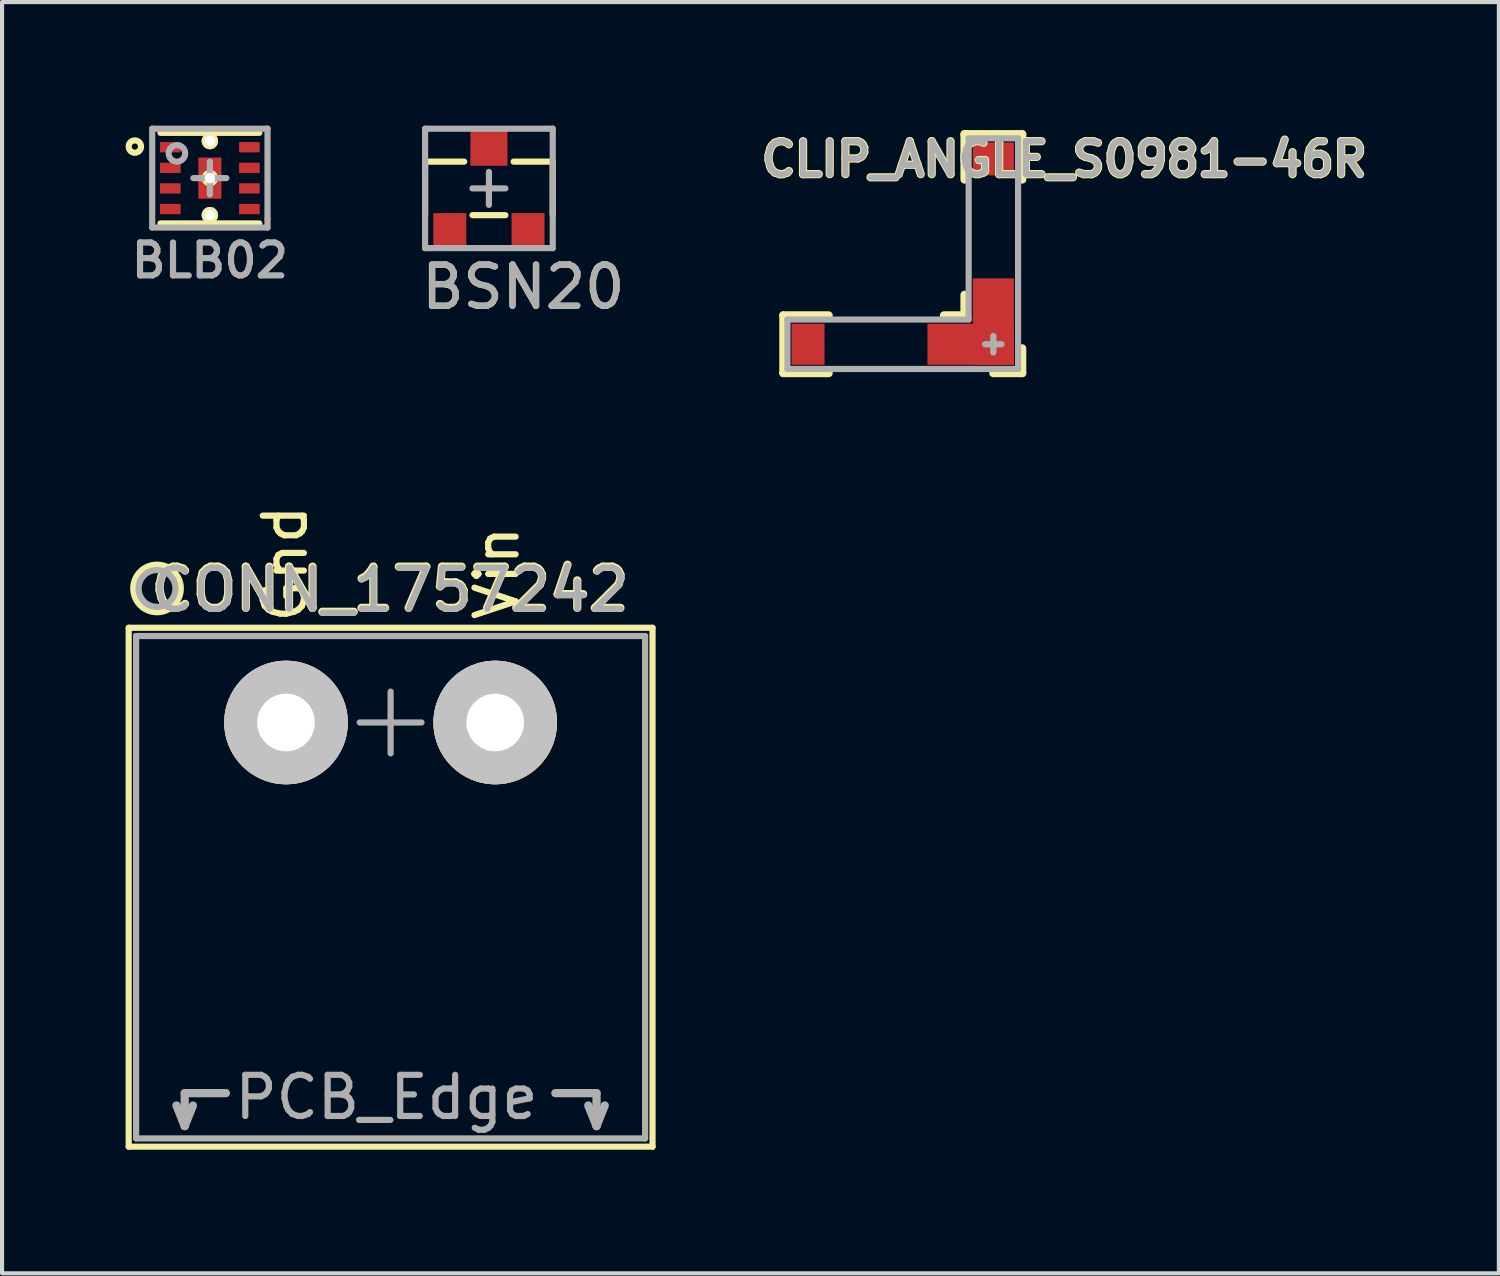
<source format=kicad_pcb>
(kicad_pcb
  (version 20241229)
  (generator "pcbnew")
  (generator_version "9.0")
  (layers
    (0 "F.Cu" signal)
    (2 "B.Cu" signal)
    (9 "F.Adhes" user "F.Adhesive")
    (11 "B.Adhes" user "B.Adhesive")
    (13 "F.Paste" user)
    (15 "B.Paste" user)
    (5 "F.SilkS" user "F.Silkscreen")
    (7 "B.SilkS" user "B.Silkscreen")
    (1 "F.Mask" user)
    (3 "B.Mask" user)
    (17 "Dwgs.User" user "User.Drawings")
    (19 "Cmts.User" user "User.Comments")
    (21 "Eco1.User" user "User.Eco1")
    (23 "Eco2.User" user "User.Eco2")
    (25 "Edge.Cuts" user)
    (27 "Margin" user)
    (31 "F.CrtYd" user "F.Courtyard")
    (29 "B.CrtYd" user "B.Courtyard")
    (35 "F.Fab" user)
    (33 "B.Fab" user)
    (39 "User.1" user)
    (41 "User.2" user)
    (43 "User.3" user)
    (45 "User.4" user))
  (footprint "CONN_1757242"
    (layer "F.Cu")
    (at 6.435 14.494)
    (property "Reference" "CONN_1757242" (at -0.015 -3.236 0) (layer "F.SilkS") (effects (font (size 1 1) (thickness 0.2))))
    (attr through_hole)
    (fp_line (start -6.36 -2.3) (end -6.36 10.3) (stroke (width 0.15) (type solid)) (layer "F.SilkS"))
    (fp_line (start -6.36 -2.3) (end 6.36 -2.3) (stroke (width 0.15) (type solid)) (layer "F.SilkS"))
    (fp_line (start -6.36 10.3) (end 6.36 10.3) (stroke (width 0.15) (type solid)) (layer "F.SilkS"))
    (fp_line (start 6.36 -2.3) (end 6.36 10.3) (stroke (width 0.15) (type solid)) (layer "F.SilkS"))
    (fp_circle (center -5.672 -3.255) (end -5.122 -3.205) (stroke (width 0.2) (type solid)) (fill no) (layer "F.SilkS"))
    (fp_line (start -6.18 -2.1) (end -6.18 10.1) (stroke (width 0.15) (type solid)) (layer "F.Fab"))
    (fp_line (start -6.18 10.1) (end 6.18 10.1) (stroke (width 0.15) (type solid)) (layer "F.Fab"))
    (fp_line (start -5 9) (end -5 9.8) (stroke (width 0.2) (type solid)) (layer "F.Fab"))
    (fp_line (start -5 9.8) (end -5.2 9.3) (stroke (width 0.2) (type solid)) (layer "F.Fab"))
    (fp_line (start -5 9.8) (end -4.8 9.3) (stroke (width 0.2) (type solid)) (layer "F.Fab"))
    (fp_line (start -4 9) (end -5 9) (stroke (width 0.2) (type solid)) (layer "F.Fab"))
    (fp_line (start -0.75 0) (end 0.75 0) (stroke (width 0.15) (type solid)) (layer "F.Fab"))
    (fp_line (start 0 -0.75) (end 0 0.75) (stroke (width 0.15) (type solid)) (layer "F.Fab"))
    (fp_line (start 4 9) (end 5 9) (stroke (width 0.2) (type solid)) (layer "F.Fab"))
    (fp_line (start 5 9) (end 5 9.8) (stroke (width 0.2) (type solid)) (layer "F.Fab"))
    (fp_line (start 5 9.8) (end 4.8 9.3) (stroke (width 0.2) (type solid)) (layer "F.Fab"))
    (fp_line (start 5 9.8) (end 5.2 9.3) (stroke (width 0.2) (type solid)) (layer "F.Fab"))
    (fp_line (start 6.18 -2.1) (end -6.18 -2.1) (stroke (width 0.15) (type solid)) (layer "F.Fab"))
    (fp_line (start 6.18 -2.1) (end 6.18 10.1) (stroke (width 0.15) (type solid)) (layer "F.Fab"))
    (fp_circle (center -5.672 -3.255) (end -5.272 -3.055) (stroke (width 0.15) (type solid)) (fill no) (layer "F.Fab"))
    (fp_text user "Vin" (at 2.581 -3.632 90) (layer "F.SilkS") (effects (font (size 1 1) (thickness 0.15))))
    (fp_text user "Gnd" (at -2.56 -3.856 270) (layer "F.SilkS") (effects (font (size 1 1) (thickness 0.15))))
    (fp_text user "${REFERENCE}" (at -0.01 -3.216 0) (layer "F.Fab") (effects (font (size 1 1) (thickness 0.15))))
    (fp_text user "PCB_Edge" (at -0.1 9.1 0) (layer "F.Fab") (effects (font (size 1 1) (thickness 0.15))))
    (pad "1" thru_hole circle (at -2.54 0) (size 3 3) (drill 1.4) (layers "*.Cu" "*.Mask" "F.SilkS" "Dwgs.User"))
    (pad "2" thru_hole circle (at 2.54 0) (size 3 3) (drill 1.4) (layers "*.Cu" "*.Mask" "F.SilkS" "Dwgs.User")))
  (footprint "BLB02"
    (layer "F.Cu")
    (at 2.046 1.275)
    (property "Reference" "BLB02" (at 0 2 0) (layer "F.SilkS") (effects (font (size 0.8 0.8) (thickness 0.125))))
    (attr through_hole)
    (fp_line (start 1.2 -1.1) (end -1.2 -1.1) (stroke (width 0.15) (type solid)) (layer "F.SilkS"))
    (fp_line (start 1.2 1.1) (end -1.2 1.1) (stroke (width 0.15) (type solid)) (layer "F.SilkS"))
    (fp_circle (center -1.821 -0.766) (end -1.671 -0.766) (stroke (width 0.15) (type solid)) (fill no) (layer "F.SilkS"))
    (fp_line (start -1.4 -1.2) (end 1.4 -1.2) (stroke (width 0.15) (type solid)) (layer "F.Fab"))
    (fp_line (start -1.4 1.2) (end -1.4 -1.2) (stroke (width 0.15) (type solid)) (layer "F.Fab"))
    (fp_line (start -0.4 0) (end 0.4 0) (stroke (width 0.15) (type solid)) (layer "F.Fab"))
    (fp_line (start 0 -0.4) (end 0 0.4) (stroke (width 0.15) (type solid)) (layer "F.Fab"))
    (fp_line (start 1.4 -1.2) (end 1.4 1) (stroke (width 0.15) (type solid)) (layer "F.Fab"))
    (fp_line (start 1.4 1) (end 1.4 1.2) (stroke (width 0.15) (type solid)) (layer "F.Fab"))
    (fp_line (start 1.4 1.2) (end -1.4 1.2) (stroke (width 0.15) (type solid)) (layer "F.Fab"))
    (fp_circle (center -0.8 -0.6) (end -0.6 -0.6) (stroke (width 0.15) (type solid)) (fill no) (layer "F.Fab"))
    (fp_text user "${REFERENCE}" (at 0 2 0) (layer "F.Fab") (effects (font (size 0.8 0.8) (thickness 0.15))))
    (pad "1" smd rect (at -0.96 -0.75) (size 0.5 0.25) (layers "F.Cu" "F.Mask" "F.Paste"))
    (pad "2" smd rect (at -0.96 -0.25) (size 0.5 0.25) (layers "F.Cu" "F.Mask" "F.Paste"))
    (pad "3" smd rect (at -0.96 0.25) (size 0.5 0.25) (layers "F.Cu" "F.Mask" "F.Paste"))
    (pad "4" smd rect (at -0.96 0.75) (size 0.5 0.25) (layers "F.Cu" "F.Mask" "F.Paste"))
    (pad "5" smd rect (at 0.96 0.75) (size 0.5 0.25) (layers "F.Cu" "F.Mask" "F.Paste"))
    (pad "6" smd rect (at 0.96 0.25) (size 0.5 0.25) (layers "F.Cu" "F.Mask" "F.Paste"))
    (pad "7" smd rect (at 0.96 -0.25) (size 0.5 0.25) (layers "F.Cu" "F.Mask" "F.Paste"))
    (pad "8" smd rect (at 0.96 -0.75) (size 0.5 0.25) (layers "F.Cu" "F.Mask" "F.Paste"))
    (pad "9" thru_hole circle (at 0 -0.9) (size 0.4 0.4) (drill 0.25) (layers "*.Cu" "*.Mask" "F.SilkS"))
    (pad "9" thru_hole circle (at 0 0) (size 0.4 0.4) (drill 0.25) (layers "*.Cu" "*.Mask" "F.SilkS"))
    (pad "9" smd rect (at 0 0) (size 0.56 1) (layers "F.Cu" "F.Mask" "F.Paste"))
    (pad "9" thru_hole circle (at 0 0.9) (size 0.4 0.4) (drill 0.25) (layers "*.Cu" "*.Mask" "F.SilkS")))
  (footprint "BSN20"
    (layer "F.Cu")
    (at 8.822 1.525)
    (property "Reference" "BSN20" (at 0.832 2.396 0) (layer "F.SilkS") (effects (font (size 1 1) (thickness 0.15))))
    (attr smd)
    (fp_line (start -1.55 -0.65) (end -1.55 0.65) (stroke (width 0.15) (type solid)) (layer "F.SilkS"))
    (fp_line (start -1.55 -0.65) (end -0.6 -0.65) (stroke (width 0.15) (type solid)) (layer "F.SilkS"))
    (fp_line (start -0.4 0.65) (end 0.4 0.65) (stroke (width 0.15) (type solid)) (layer "F.SilkS"))
    (fp_line (start 0.6 -0.65) (end 1.55 -0.65) (stroke (width 0.15) (type solid)) (layer "F.SilkS"))
    (fp_line (start 1.55 -0.65) (end 1.55 0.65) (stroke (width 0.15) (type solid)) (layer "F.SilkS"))
    (fp_line (start -1.55 1.45) (end -1.55 -1.45) (stroke (width 0.15) (type solid)) (layer "F.Fab"))
    (fp_line (start 0 0.4) (end 0 -0.4) (stroke (width 0.15) (type solid)) (layer "F.Fab"))
    (fp_line (start 0.4 0) (end -0.4 0) (stroke (width 0.15) (type solid)) (layer "F.Fab"))
    (fp_line (start 1.55 -1.45) (end -1.55 -1.45) (stroke (width 0.15) (type solid)) (layer "F.Fab"))
    (fp_line (start 1.55 1.45) (end -1.55 1.45) (stroke (width 0.15) (type solid)) (layer "F.Fab"))
    (fp_line (start 1.55 1.45) (end 1.55 -1.45) (stroke (width 0.15) (type solid)) (layer "F.Fab"))
    (fp_text user "${REFERENCE}" (at 0.84 2.39 0) (layer "F.Fab") (effects (font (size 1 1) (thickness 0.15))))
    (pad "D" smd rect (at 0 -1) (size 0.9 0.9) (layers "F.Cu" "F.Mask" "F.Paste"))
    (pad "G" smd rect (at -0.95 1) (size 0.8 0.8) (layers "F.Cu" "F.Mask" "F.Paste"))
    (pad "S" smd rect (at 0.95 1) (size 0.8 0.8) (layers "F.Cu" "F.Mask" "F.Paste")))
  (footprint "CLIP_ANGLE_S0981-46R"
    (layer "F.Cu")
    (at 21.071 5.309)
    (property "Reference" "CLIP_ANGLE_S0981-46R" (at 1.722 -4.49 0) (layer "F.SilkS") (effects (font (size 0.8 0.8) (thickness 0.2))))
    (attr through_hole)
    (fp_line (start -5.1 -0.7) (end -5.1 0.7) (stroke (width 0.196) (type solid)) (layer "F.SilkS"))
    (fp_line (start -5.1 -0.7) (end -4 -0.7) (stroke (width 0.2) (type solid)) (layer "F.SilkS"))
    (fp_line (start -5.1 0.7) (end -4 0.7) (stroke (width 0.2) (type solid)) (layer "F.SilkS"))
    (fp_line (start -1.2 -0.7) (end -0.7 -0.7) (stroke (width 0.2) (type solid)) (layer "F.SilkS"))
    (fp_line (start -0.7 -5.1) (end -0.7 -4) (stroke (width 0.2) (type solid)) (layer "F.SilkS"))
    (fp_line (start -0.7 -5.1) (end 0.7 -5.1) (stroke (width 0.2) (type solid)) (layer "F.SilkS"))
    (fp_line (start -0.7 -0.7) (end -0.7 -1.2) (stroke (width 0.2) (type solid)) (layer "F.SilkS"))
    (fp_line (start 0 0.7) (end 0.7 0.7) (stroke (width 0.2) (type solid)) (layer "F.SilkS"))
    (fp_line (start 0.7 -5.1) (end 0.7 -4) (stroke (width 0.2) (type solid)) (layer "F.SilkS"))
    (fp_line (start 0.7 0.7) (end 0.7 0.1) (stroke (width 0.2) (type solid)) (layer "F.SilkS"))
    (fp_line (start -5 -0.6) (end -0.6 -0.6) (stroke (width 0.15) (type solid)) (layer "F.Fab"))
    (fp_line (start -5 0.6) (end -5 -0.6) (stroke (width 0.15) (type solid)) (layer "F.Fab"))
    (fp_line (start -0.6 -5) (end 0.6 -5) (stroke (width 0.15) (type solid)) (layer "F.Fab"))
    (fp_line (start -0.6 -0.6) (end -0.6 -5) (stroke (width 0.15) (type solid)) (layer "F.Fab"))
    (fp_line (start -0.2 0) (end 0.2 0) (stroke (width 0.15) (type solid)) (layer "F.Fab"))
    (fp_line (start 0 -0.2) (end 0 0.2) (stroke (width 0.15) (type solid)) (layer "F.Fab"))
    (fp_line (start 0.6 -5) (end 0.6 0.6) (stroke (width 0.15) (type solid)) (layer "F.Fab"))
    (fp_line (start 0.6 0.6) (end -5 0.6) (stroke (width 0.15) (type solid)) (layer "F.Fab"))
    (fp_text user "${REFERENCE}" (at 1.722 -4.49 0) (layer "F.Fab") (effects (font (size 0.8 0.8) (thickness 0.15))))
    (pad "1" connect rect (at -4.5 0) (size 0.8 1) (layers "F.Cu" "F.Mask"))
    (pad "1" smd rect (at -0.55 0) (size 2.1 1) (layers "F.Cu" "F.Mask" "F.Paste"))
    (pad "1" connect rect (at 0 -4.5) (size 1 0.8) (layers "F.Cu" "F.Mask"))
    (pad "1" smd rect (at 0 -0.55) (size 1 2.1) (layers "F.Cu" "F.Mask" "F.Paste")))
  (gr_rect
    (start -3 -3)
    (end 33.346 27.869)
    (stroke (width 0.1) (type default))
    (fill no)
    (layer "Edge.Cuts")))
</source>
